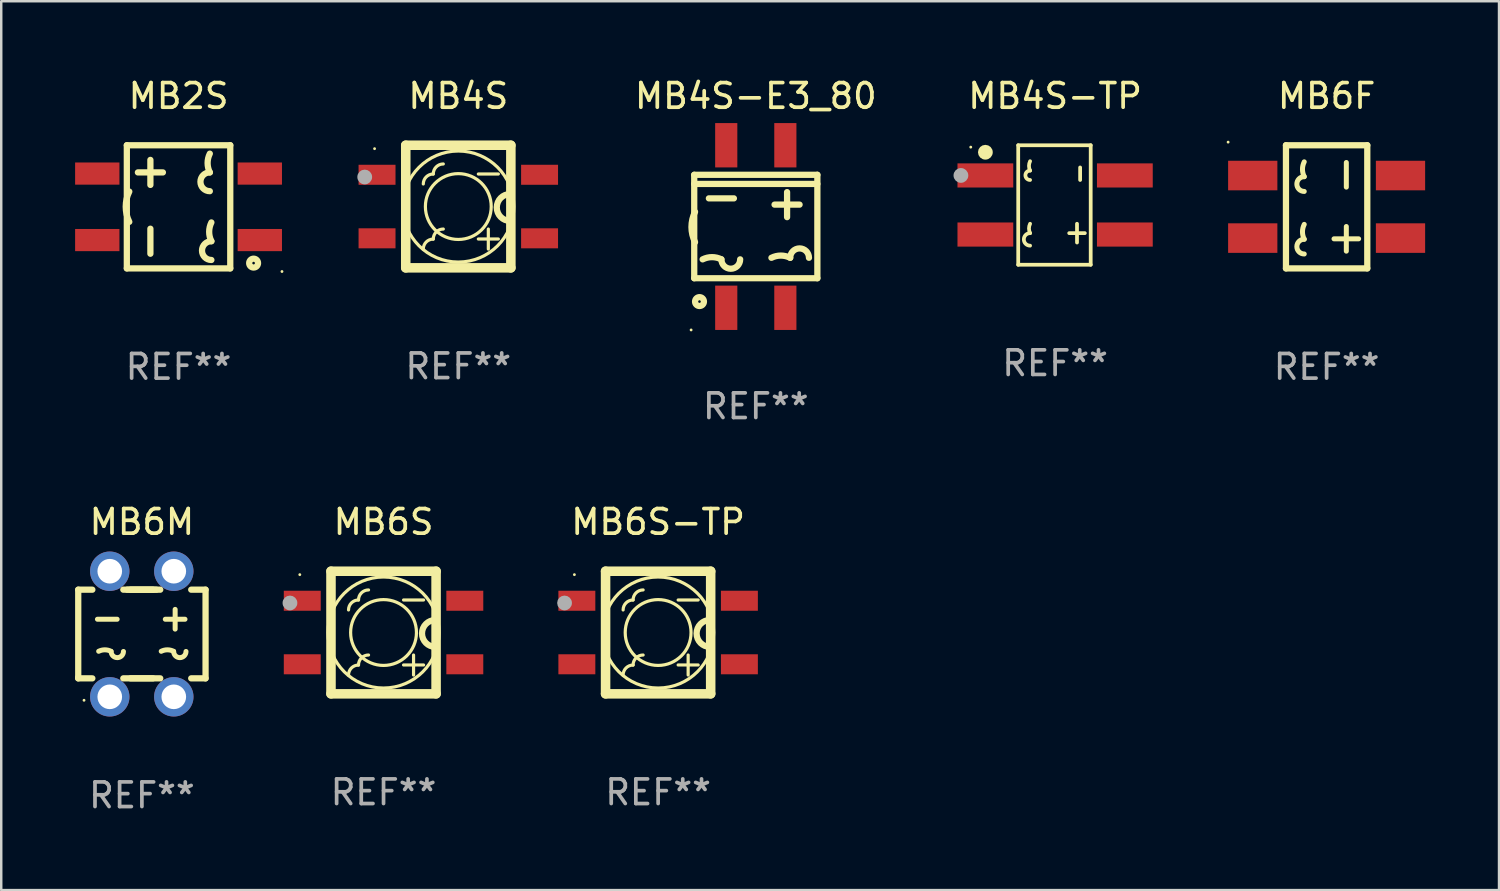
<source format=kicad_pcb>
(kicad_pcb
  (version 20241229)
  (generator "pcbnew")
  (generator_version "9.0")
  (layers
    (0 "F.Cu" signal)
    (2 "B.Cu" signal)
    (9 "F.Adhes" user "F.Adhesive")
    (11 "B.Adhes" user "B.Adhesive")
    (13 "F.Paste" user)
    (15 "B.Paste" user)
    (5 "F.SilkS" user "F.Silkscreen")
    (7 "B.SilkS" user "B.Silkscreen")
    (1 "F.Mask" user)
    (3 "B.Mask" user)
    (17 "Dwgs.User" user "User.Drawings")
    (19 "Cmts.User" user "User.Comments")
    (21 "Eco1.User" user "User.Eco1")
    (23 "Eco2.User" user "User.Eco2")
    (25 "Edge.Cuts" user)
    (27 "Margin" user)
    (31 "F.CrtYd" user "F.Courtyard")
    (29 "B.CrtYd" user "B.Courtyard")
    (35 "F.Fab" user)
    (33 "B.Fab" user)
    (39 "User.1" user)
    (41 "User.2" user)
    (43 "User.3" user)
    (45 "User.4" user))
  (footprint "MB4S-TP"
    (layer "F.Cu")
    (at 39.794 5.274)
    (property "Reference" "MB4S-TP" (at 0 -4.426 0) (layer "F.SilkS") (effects (font (size 1 1) (thickness 0.15))))
    (attr through_hole)
    (fp_line (start -1.498 -2.426) (end -1.498 2.426) (stroke (width 0.152) (type solid)) (layer "F.SilkS"))
    (fp_line (start -1.498 2.426) (end 1.445 2.426) (stroke (width 0.152) (type solid)) (layer "F.SilkS"))
    (fp_line (start 0.572 1.143) (end 1.207 1.143) (stroke (width 0.152) (type solid)) (layer "F.SilkS"))
    (fp_line (start 0.889 0.762) (end 0.889 1.524) (stroke (width 0.152) (type solid)) (layer "F.SilkS"))
    (fp_line (start 1.016 -1.524) (end 1.016 -1.016) (stroke (width 0.152) (type solid)) (layer "F.SilkS"))
    (fp_line (start 1.445 -2.426) (end -1.498 -2.426) (stroke (width 0.152) (type solid)) (layer "F.SilkS"))
    (fp_line (start 1.445 2.426) (end 1.445 -2.426) (stroke (width 0.152) (type solid)) (layer "F.SilkS"))
    (fp_arc (start -1.015951 -1.397003) (mid -1.060922 -1.587503) (end -1.015951 -1.778004) (stroke (width 0.151994) (type solid)) (layer "F.SilkS"))
    (fp_arc (start -1.015951 -1.016002) (mid -1.20635 -1.206528) (end -1.015875 -1.396978) (stroke (width 0.151994) (type solid)) (layer "F.SilkS"))
    (fp_arc (start -1.015951 1.143003) (mid -1.060922 0.952502) (end -1.015951 0.762002) (stroke (width 0.151994) (type solid)) (layer "F.SilkS"))
    (fp_arc (start -1.015951 1.651003) (mid -1.269849 1.396978) (end -1.015875 1.143029) (stroke (width 0.151994) (type solid)) (layer "F.SilkS"))
    (fp_circle (center -3.425 -2.35) (end -3.395 -2.35) (stroke (width 0.06) (type solid)) (fill no) (layer "F.SilkS"))
    (fp_circle (center -2.832 -2.142) (end -2.682 -2.142) (stroke (width 0.3) (type solid)) (fill no) (layer "F.SilkS"))
    (fp_circle (center -3.825 -1.2) (end -3.675 -1.2) (stroke (width 0.3) (type solid)) (fill no) (layer "F.Fab"))
    (fp_text user "REF**" (at 0 6.426 0) (layer "F.Fab") (effects (font (size 1 1) (thickness 0.15))))
    (pad "1" smd rect (at -2.832 -1.2 270) (size 0.98 2.265) (layers "F.Cu" "F.Mask" "F.Paste"))
    (pad "2" smd rect (at -2.832 1.2 270) (size 0.98 2.265) (layers "F.Cu" "F.Mask" "F.Paste"))
    (pad "3" smd rect (at 2.832 1.2 270) (size 0.98 2.265) (layers "F.Cu" "F.Mask" "F.Paste"))
    (pad "4" smd rect (at 2.832 -1.2 270) (size 0.98 2.265) (layers "F.Cu" "F.Mask" "F.Paste")))
  (footprint "MB6M"
    (layer "F.Cu")
    (at 2.712 22.695)
    (property "Reference" "MB6M" (at 0 -4.55 0) (layer "F.SilkS") (effects (font (size 1 1) (thickness 0.15))))
    (attr through_hole)
    (fp_line (start -2.585 -1.8) (end -2.585 1.76) (stroke (width 0.254) (type solid)) (layer "F.SilkS"))
    (fp_line (start -2.585 1.76) (end -2.585 1.8) (stroke (width 0.254) (type solid)) (layer "F.SilkS"))
    (fp_line (start -2.585 1.8) (end -2.012 1.8) (stroke (width 0.254) (type solid)) (layer "F.SilkS"))
    (fp_line (start -2.012 -1.8) (end -2.585 -1.8) (stroke (width 0.254) (type solid)) (layer "F.SilkS"))
    (fp_line (start -1.805 -0.6) (end -1.005 -0.6) (stroke (width 0.203) (type solid)) (layer "F.SilkS"))
    (fp_line (start -0.459 -1.8) (end 0.449 -1.8) (stroke (width 0.254) (type solid)) (layer "F.SilkS"))
    (fp_line (start -0.459 1.8) (end 0.449 1.8) (stroke (width 0.254) (type solid)) (layer "F.SilkS"))
    (fp_line (start 0.588 -1.8) (end -0.598 -1.8) (stroke (width 0.254) (type solid)) (layer "F.SilkS"))
    (fp_line (start 0.745 -1.8) (end -0.755 -1.8) (stroke (width 0.254) (type solid)) (layer "F.SilkS"))
    (fp_line (start 0.745 1.8) (end -0.755 1.8) (stroke (width 0.254) (type solid)) (layer "F.SilkS"))
    (fp_line (start 0.95 -0.6) (end 1.75 -0.6) (stroke (width 0.203) (type solid)) (layer "F.SilkS"))
    (fp_line (start 1.35 -0.2) (end 1.35 -1) (stroke (width 0.203) (type solid)) (layer "F.SilkS"))
    (fp_line (start 2.002 1.8) (end 2.585 1.8) (stroke (width 0.254) (type solid)) (layer "F.SilkS"))
    (fp_line (start 2.585 -1.8) (end 2.002 -1.8) (stroke (width 0.254) (type solid)) (layer "F.SilkS"))
    (fp_line (start 2.585 1.8) (end 2.585 -1.8) (stroke (width 0.254) (type solid)) (layer "F.SilkS"))
    (fp_arc (start -1.755055 0.701041) (mid -1.504864 0.641959) (end -1.254673 0.701041) (stroke (width 0.2032) (type solid)) (layer "F.SilkS"))
    (fp_arc (start -0.749213 0.708661) (mid -0.999403 0.958661) (end -1.249593 0.708662) (stroke (width 0.2032) (type solid)) (layer "F.SilkS"))
    (fp_arc (start 0.78495 0.701041) (mid 1.035141 0.641959) (end 1.285332 0.701041) (stroke (width 0.2032) (type solid)) (layer "F.SilkS"))
    (fp_arc (start 1.790792 0.708661) (mid 1.540602 0.958661) (end 1.290412 0.708662) (stroke (width 0.2032) (type solid)) (layer "F.SilkS"))
    (fp_circle (center -2.35 2.69) (end -2.32 2.69) (stroke (width 0.06) (type solid)) (fill no) (layer "F.SilkS"))
    (fp_text user "REF**" (at 0 6.55 0) (layer "F.Fab") (effects (font (size 1 1) (thickness 0.15))))
    (pad "1" thru_hole circle (at -1.305 2.55) (size 1.6 1.6) (drill 1) (layers "*.Cu" "*.Mask"))
    (pad "2" thru_hole circle (at 1.295 2.55) (size 1.6 1.6) (drill 1) (layers "*.Cu" "*.Mask"))
    (pad "3" thru_hole circle (at 1.295 -2.55) (size 1.6 1.6) (drill 1) (layers "*.Cu" "*.Mask"))
    (pad "4" thru_hole circle (at -1.305 -2.55) (size 1.6 1.6) (drill 1) (layers "*.Cu" "*.Mask")))
  (footprint "MB6S-TP"
    (layer "F.Cu")
    (at 23.674 22.634)
    (property "Reference" "MB6S-TP" (at 0 -4.489 0) (layer "F.SilkS") (effects (font (size 1 1) (thickness 0.15))))
    (attr through_hole)
    (fp_line (start -2.134 -2.489) (end -2.134 2.489) (stroke (width 0.387) (type solid)) (layer "F.SilkS"))
    (fp_line (start -2.134 2.489) (end 2.134 2.489) (stroke (width 0.387) (type solid)) (layer "F.SilkS"))
    (fp_line (start 1.219 0.914) (end 1.219 1.727) (stroke (width 0.129) (type solid)) (layer "F.SilkS"))
    (fp_line (start 1.626 -1.321) (end 0.813 -1.321) (stroke (width 0.129) (type solid)) (layer "F.SilkS"))
    (fp_line (start 1.626 1.318) (end 0.813 1.318) (stroke (width 0.129) (type solid)) (layer "F.SilkS"))
    (fp_line (start 2.134 -2.489) (end -2.134 -2.489) (stroke (width 0.387) (type solid)) (layer "F.SilkS"))
    (fp_line (start 2.134 2.489) (end 2.134 -2.489) (stroke (width 0.387) (type solid)) (layer "F.SilkS"))
    (fp_arc (start -1.827102 1.321285) (mid 1.82708 -1.321263) (end -1.827102 1.321285) (stroke (width 0.129032) (type solid)) (layer "F.SilkS"))
    (fp_arc (start -1.421946 -0.916129) (mid -1.303265 -1.202623) (end -1.016764 -1.321286) (stroke (width 0.129032) (type solid)) (layer "F.SilkS"))
    (fp_arc (start -1.421946 1.726441) (mid -1.303264 1.439948) (end -1.016763 1.321285) (stroke (width 0.129032) (type solid)) (layer "F.SilkS"))
    (fp_arc (start -1.016765 1.321285) (mid -0.897348 1.032972) (end -0.609042 0.913538) (stroke (width 0.129032) (type solid)) (layer "F.SilkS"))
    (fp_arc (start -1.016764 -1.321286) (mid -0.897347 -1.609598) (end -0.609042 -1.729032) (stroke (width 0.129032) (type solid)) (layer "F.SilkS"))
    (fp_arc (start -0.201295 1.321285) (mid 0.201273 -1.321263) (end -0.201295 1.321285) (stroke (width 0.129032) (type solid)) (layer "F.SilkS"))
    (fp_arc (start 2.108204 0.584201) (mid 1.562103 0.0381) (end 2.108204 -0.508001) (stroke (width 0.254001) (type solid)) (layer "F.SilkS"))
    (fp_circle (center -3.4 -2.35) (end -3.37 -2.35) (stroke (width 0.06) (type solid)) (fill no) (layer "F.SilkS"))
    (fp_circle (center -3.8 -1.2) (end -3.65 -1.2) (stroke (width 0.3) (type solid)) (fill no) (layer "F.Fab"))
    (fp_text user "REF**" (at 0 6.489 0) (layer "F.Fab") (effects (font (size 1 1) (thickness 0.15))))
    (pad "1" smd rect (at -3.3 -1.29) (size 1.5 0.813) (layers "F.Cu" "F.Mask" "F.Paste"))
    (pad "2" smd rect (at -3.3 1.29) (size 1.5 0.813) (layers "F.Cu" "F.Mask" "F.Paste"))
    (pad "3" smd rect (at 3.3 1.29) (size 1.5 0.813) (layers "F.Cu" "F.Mask" "F.Paste"))
    (pad "4" smd rect (at 3.3 -1.29) (size 1.5 0.813) (layers "F.Cu" "F.Mask" "F.Paste")))
  (footprint "MB6S"
    (layer "F.Cu")
    (at 12.524 22.634)
    (property "Reference" "MB6S" (at 0 -4.489 0) (layer "F.SilkS") (effects (font (size 1 1) (thickness 0.15))))
    (attr through_hole)
    (fp_line (start -2.134 -2.489) (end -2.134 2.489) (stroke (width 0.387) (type solid)) (layer "F.SilkS"))
    (fp_line (start -2.134 2.489) (end 2.134 2.489) (stroke (width 0.387) (type solid)) (layer "F.SilkS"))
    (fp_line (start 1.219 0.914) (end 1.219 1.727) (stroke (width 0.129) (type solid)) (layer "F.SilkS"))
    (fp_line (start 1.626 -1.321) (end 0.813 -1.321) (stroke (width 0.129) (type solid)) (layer "F.SilkS"))
    (fp_line (start 1.626 1.318) (end 0.813 1.318) (stroke (width 0.129) (type solid)) (layer "F.SilkS"))
    (fp_line (start 2.134 -2.489) (end -2.134 -2.489) (stroke (width 0.387) (type solid)) (layer "F.SilkS"))
    (fp_line (start 2.134 2.489) (end 2.134 -2.489) (stroke (width 0.387) (type solid)) (layer "F.SilkS"))
    (fp_arc (start -1.827102 1.321285) (mid 1.82708 -1.321263) (end -1.827102 1.321285) (stroke (width 0.129032) (type solid)) (layer "F.SilkS"))
    (fp_arc (start -1.421946 -0.916129) (mid -1.303265 -1.202623) (end -1.016764 -1.321286) (stroke (width 0.129032) (type solid)) (layer "F.SilkS"))
    (fp_arc (start -1.421946 1.726441) (mid -1.303264 1.439948) (end -1.016763 1.321285) (stroke (width 0.129032) (type solid)) (layer "F.SilkS"))
    (fp_arc (start -1.016765 1.321285) (mid -0.897348 1.032972) (end -0.609042 0.913538) (stroke (width 0.129032) (type solid)) (layer "F.SilkS"))
    (fp_arc (start -1.016764 -1.321286) (mid -0.897347 -1.609598) (end -0.609042 -1.729032) (stroke (width 0.129032) (type solid)) (layer "F.SilkS"))
    (fp_arc (start -0.201295 1.321285) (mid 0.201273 -1.321263) (end -0.201295 1.321285) (stroke (width 0.129032) (type solid)) (layer "F.SilkS"))
    (fp_arc (start 2.108204 0.584201) (mid 1.562103 0.0381) (end 2.108204 -0.508001) (stroke (width 0.254001) (type solid)) (layer "F.SilkS"))
    (fp_circle (center -3.4 -2.35) (end -3.37 -2.35) (stroke (width 0.06) (type solid)) (fill no) (layer "F.SilkS"))
    (fp_circle (center -3.8 -1.2) (end -3.65 -1.2) (stroke (width 0.3) (type solid)) (fill no) (layer "F.Fab"))
    (fp_text user "REF**" (at 0 6.489 0) (layer "F.Fab") (effects (font (size 1 1) (thickness 0.15))))
    (pad "1" smd rect (at -3.3 -1.29) (size 1.5 0.813) (layers "F.Cu" "F.Mask" "F.Paste"))
    (pad "2" smd rect (at -3.3 1.29) (size 1.5 0.813) (layers "F.Cu" "F.Mask" "F.Paste"))
    (pad "3" smd rect (at 3.3 1.29) (size 1.5 0.813) (layers "F.Cu" "F.Mask" "F.Paste"))
    (pad "4" smd rect (at 3.3 -1.29) (size 1.5 0.813) (layers "F.Cu" "F.Mask" "F.Paste")))
  (footprint "MB4S-E3_80"
    (layer "F.Cu")
    (at 27.64 6.148)
    (property "Reference" "MB4S-E3_80" (at 0 -5.3 0) (layer "F.SilkS") (effects (font (size 1 1) (thickness 0.15))))
    (attr through_hole)
    (fp_line (start -2.5 -2.1) (end -2.5 2.1) (stroke (width 0.254) (type solid)) (layer "F.SilkS"))
    (fp_line (start -2.5 -2.1) (end 2.5 -2.1) (stroke (width 0.254) (type solid)) (layer "F.SilkS"))
    (fp_line (start -2.5 -1.729) (end 2.5 -1.729) (stroke (width 0.254) (type solid)) (layer "F.SilkS"))
    (fp_line (start -1.905 -1.143) (end -0.889 -1.143) (stroke (width 0.254) (type solid)) (layer "F.SilkS"))
    (fp_line (start 0.762 -0.889) (end 1.778 -0.889) (stroke (width 0.254) (type solid)) (layer "F.SilkS"))
    (fp_line (start 1.27 -1.397) (end 1.27 -0.381) (stroke (width 0.254) (type solid)) (layer "F.SilkS"))
    (fp_line (start 2.5 -2.1) (end 2.5 2.1) (stroke (width 0.254) (type solid)) (layer "F.SilkS"))
    (fp_line (start 2.5 2.1) (end -2.5 2.1) (stroke (width 0.254) (type solid)) (layer "F.SilkS"))
    (fp_arc (start -2.46764 0.634671) (mid -2.612485 0.020028) (end -2.46764 -0.594615) (stroke (width 0.254001) (type solid)) (layer "F.SilkS"))
    (fp_arc (start -2.15903 1.333503) (mid -1.778029 1.243561) (end -1.397029 1.333503) (stroke (width 0.254001) (type solid)) (layer "F.SilkS"))
    (fp_arc (start -0.635027 1.333503) (mid -1.016027 1.714503) (end -1.397027 1.333503) (stroke (width 0.254001) (type solid)) (layer "F.SilkS"))
    (fp_arc (start 0.634976 1.270003) (mid 1.015977 1.180061) (end 1.396977 1.270003) (stroke (width 0.254001) (type solid)) (layer "F.SilkS"))
    (fp_arc (start 1.396977 1.270003) (mid 1.777978 0.889002) (end 2.158979 1.270003) (stroke (width 0.254001) (type solid)) (layer "F.SilkS"))
    (fp_circle (center -2.627 4.2) (end -2.597 4.2) (stroke (width 0.06) (type solid)) (fill no) (layer "F.SilkS"))
    (fp_circle (center -2.286 3.048) (end -2.106 3.048) (stroke (width 0.254) (type solid)) (fill no) (layer "F.SilkS"))
    (fp_text user "REF**" (at 0 7.3 0) (layer "F.Fab") (effects (font (size 1 1) (thickness 0.15))))
    (pad "1" smd rect (at -1.2 3.3) (size 0.9 1.8) (layers "F.Cu" "F.Mask" "F.Paste"))
    (pad "2" smd rect (at 1.2 3.3) (size 0.9 1.8) (layers "F.Cu" "F.Mask" "F.Paste"))
    (pad "3" smd rect (at 1.2 -3.3) (size 0.9 1.8) (layers "F.Cu" "F.Mask" "F.Paste"))
    (pad "4" smd rect (at -1.2 -3.3) (size 0.9 1.8) (layers "F.Cu" "F.Mask" "F.Paste")))
  (footprint "MB4S"
    (layer "F.Cu")
    (at 15.56 5.337)
    (property "Reference" "MB4S" (at 0 -4.489 0) (layer "F.SilkS") (effects (font (size 1 1) (thickness 0.15))))
    (attr through_hole)
    (fp_line (start -2.134 -2.489) (end -2.134 2.489) (stroke (width 0.387) (type solid)) (layer "F.SilkS"))
    (fp_line (start -2.134 2.489) (end 2.134 2.489) (stroke (width 0.387) (type solid)) (layer "F.SilkS"))
    (fp_line (start 1.219 0.914) (end 1.219 1.727) (stroke (width 0.129) (type solid)) (layer "F.SilkS"))
    (fp_line (start 1.626 -1.321) (end 0.813 -1.321) (stroke (width 0.129) (type solid)) (layer "F.SilkS"))
    (fp_line (start 1.626 1.318) (end 0.813 1.318) (stroke (width 0.129) (type solid)) (layer "F.SilkS"))
    (fp_line (start 2.134 -2.489) (end -2.134 -2.489) (stroke (width 0.387) (type solid)) (layer "F.SilkS"))
    (fp_line (start 2.134 2.489) (end 2.134 -2.489) (stroke (width 0.387) (type solid)) (layer "F.SilkS"))
    (fp_arc (start -1.827102 1.321285) (mid 1.82708 -1.321263) (end -1.827102 1.321285) (stroke (width 0.129032) (type solid)) (layer "F.SilkS"))
    (fp_arc (start -1.421946 -0.916129) (mid -1.303265 -1.202623) (end -1.016764 -1.321286) (stroke (width 0.129032) (type solid)) (layer "F.SilkS"))
    (fp_arc (start -1.421946 1.726441) (mid -1.303264 1.439948) (end -1.016763 1.321285) (stroke (width 0.129032) (type solid)) (layer "F.SilkS"))
    (fp_arc (start -1.016765 1.321285) (mid -0.897348 1.032972) (end -0.609042 0.913538) (stroke (width 0.129032) (type solid)) (layer "F.SilkS"))
    (fp_arc (start -1.016764 -1.321286) (mid -0.897347 -1.609598) (end -0.609042 -1.729032) (stroke (width 0.129032) (type solid)) (layer "F.SilkS"))
    (fp_arc (start -0.201295 1.321285) (mid 0.201273 -1.321263) (end -0.201295 1.321285) (stroke (width 0.129032) (type solid)) (layer "F.SilkS"))
    (fp_arc (start 2.108204 0.584201) (mid 1.562103 0.0381) (end 2.108204 -0.508001) (stroke (width 0.254001) (type solid)) (layer "F.SilkS"))
    (fp_circle (center -3.4 -2.35) (end -3.37 -2.35) (stroke (width 0.06) (type solid)) (fill no) (layer "F.SilkS"))
    (fp_circle (center -3.8 -1.2) (end -3.65 -1.2) (stroke (width 0.3) (type solid)) (fill no) (layer "F.Fab"))
    (fp_text user "REF**" (at 0 6.489 0) (layer "F.Fab") (effects (font (size 1 1) (thickness 0.15))))
    (pad "1" smd rect (at -3.3 -1.29) (size 1.5 0.813) (layers "F.Cu" "F.Mask" "F.Paste"))
    (pad "2" smd rect (at -3.3 1.29) (size 1.5 0.813) (layers "F.Cu" "F.Mask" "F.Paste"))
    (pad "3" smd rect (at 3.3 1.29) (size 1.5 0.813) (layers "F.Cu" "F.Mask" "F.Paste"))
    (pad "4" smd rect (at 3.3 -1.29) (size 1.5 0.813) (layers "F.Cu" "F.Mask" "F.Paste")))
  (footprint "MB2S"
    (layer "F.Cu")
    (at 4.2 5.348)
    (property "Reference" "MB2S" (at 0 -4.5 0) (layer "F.SilkS") (effects (font (size 1 1) (thickness 0.15))))
    (attr through_hole)
    (fp_line (start -2.1 -2.5) (end 2.1 -2.5) (stroke (width 0.254) (type solid)) (layer "F.SilkS"))
    (fp_line (start -2.1 2.5) (end -2.1 -2.5) (stroke (width 0.254) (type solid)) (layer "F.SilkS"))
    (fp_line (start -2.1 2.5) (end 2.1 2.5) (stroke (width 0.254) (type solid)) (layer "F.SilkS"))
    (fp_line (start -1.651 -1.397) (end -0.635 -1.397) (stroke (width 0.254) (type solid)) (layer "F.SilkS"))
    (fp_line (start -1.143 -0.889) (end -1.143 -1.905) (stroke (width 0.254) (type solid)) (layer "F.SilkS"))
    (fp_line (start -1.143 1.905) (end -1.143 0.889) (stroke (width 0.254) (type solid)) (layer "F.SilkS"))
    (fp_line (start 2.1 -2.5) (end 2.1 2.5) (stroke (width 0.254) (type solid)) (layer "F.SilkS"))
    (fp_arc (start -2 0.610593) (mid -2.144845 -0.004051) (end -2 -0.618694) (stroke (width 0.254001) (type solid)) (layer "F.SilkS"))
    (fp_arc (start 1.270003 -1.396978) (mid 1.180061 -1.777978) (end 1.270003 -2.158979) (stroke (width 0.254001) (type solid)) (layer "F.SilkS"))
    (fp_arc (start 1.270003 -0.634976) (mid 0.889002 -1.015977) (end 1.270003 -1.396978) (stroke (width 0.254001) (type solid)) (layer "F.SilkS"))
    (fp_arc (start 1.333503 1.397028) (mid 1.243561 1.016027) (end 1.333503 0.635027) (stroke (width 0.254001) (type solid)) (layer "F.SilkS"))
    (fp_arc (start 1.333503 2.15903) (mid 0.952502 1.778029) (end 1.333503 1.397028) (stroke (width 0.254001) (type solid)) (layer "F.SilkS"))
    (fp_circle (center 3.048 2.286) (end 3.228 2.286) (stroke (width 0.254) (type solid)) (fill no) (layer "F.SilkS"))
    (fp_circle (center 4.2 2.627) (end 4.23 2.627) (stroke (width 0.06) (type solid)) (fill no) (layer "F.SilkS"))
    (fp_text user "REF**" (at 0 6.5 0) (layer "F.Fab") (effects (font (size 1 1) (thickness 0.15))))
    (pad "1" smd rect (at 3.3 1.35 90) (size 0.9 1.8) (layers "F.Cu" "F.Mask" "F.Paste"))
    (pad "2" smd rect (at 3.3 -1.35 90) (size 0.9 1.8) (layers "F.Cu" "F.Mask" "F.Paste"))
    (pad "3" smd rect (at -3.3 -1.35 90) (size 0.9 1.8) (layers "F.Cu" "F.Mask" "F.Paste"))
    (pad "4" smd rect (at -3.3 1.35 90) (size 0.9 1.8) (layers "F.Cu" "F.Mask" "F.Paste")))
  (footprint "MB6F"
    (layer "F.Cu")
    (at 50.819 5.348)
    (property "Reference" "MB6F" (at 0 -4.5 0) (layer "F.SilkS") (effects (font (size 1 1) (thickness 0.15))))
    (attr through_hole)
    (fp_line (start -1.651 -2.5) (end 1.651 -2.5) (stroke (width 0.254) (type solid)) (layer "F.SilkS"))
    (fp_line (start -1.651 2.5) (end -1.651 -2.5) (stroke (width 0.254) (type solid)) (layer "F.SilkS"))
    (fp_line (start 0.3 1.3) (end 1.3 1.3) (stroke (width 0.203) (type solid)) (layer "F.SilkS"))
    (fp_line (start 0.8 -1.8) (end 0.8 -0.8) (stroke (width 0.203) (type solid)) (layer "F.SilkS"))
    (fp_line (start 0.8 0.8) (end 0.8 1.8) (stroke (width 0.203) (type solid)) (layer "F.SilkS"))
    (fp_line (start 1.651 -2.5) (end 1.651 2.5) (stroke (width 0.254) (type solid)) (layer "F.SilkS"))
    (fp_line (start 1.651 2.5) (end -1.651 2.5) (stroke (width 0.254) (type solid)) (layer "F.SilkS"))
    (fp_arc (start -0.909246 -1.224282) (mid -0.980405 -1.525273) (end -0.909246 -1.826264) (stroke (width 0.2032) (type solid)) (layer "F.SilkS"))
    (fp_arc (start -0.909246 -0.624841) (mid -1.208687 -0.924562) (end -0.909245 -1.224283) (stroke (width 0.2032) (type solid)) (layer "F.SilkS"))
    (fp_arc (start -0.909246 1.315723) (mid -0.980405 1.014732) (end -0.909246 0.713741) (stroke (width 0.2032) (type solid)) (layer "F.SilkS"))
    (fp_arc (start -0.909246 1.915164) (mid -1.208687 1.615443) (end -0.909245 1.315722) (stroke (width 0.2032) (type solid)) (layer "F.SilkS"))
    (fp_circle (center -4 -2.627) (end -3.97 -2.627) (stroke (width 0.06) (type solid)) (fill no) (layer "F.SilkS"))
    (fp_text user "REF**" (at 0 6.5 0) (layer "F.Fab") (effects (font (size 1 1) (thickness 0.15))))
    (pad "1" smd rect (at -3 -1.27 270) (size 1.2 2) (layers "F.Cu" "F.Mask" "F.Paste"))
    (pad "2" smd rect (at 3 1.27 270) (size 1.2 2) (layers "F.Cu" "F.Mask" "F.Paste"))
    (pad "3" smd rect (at -3 1.27 270) (size 1.2 2) (layers "F.Cu" "F.Mask" "F.Paste"))
    (pad "4" smd rect (at 3 -1.27 270) (size 1.2 2) (layers "F.Cu" "F.Mask" "F.Paste")))
  (gr_rect
    (start -3 -3)
    (end 57.819 33.093)
    (stroke (width 0.1) (type default))
    (fill no)
    (layer "Edge.Cuts")))
</source>
